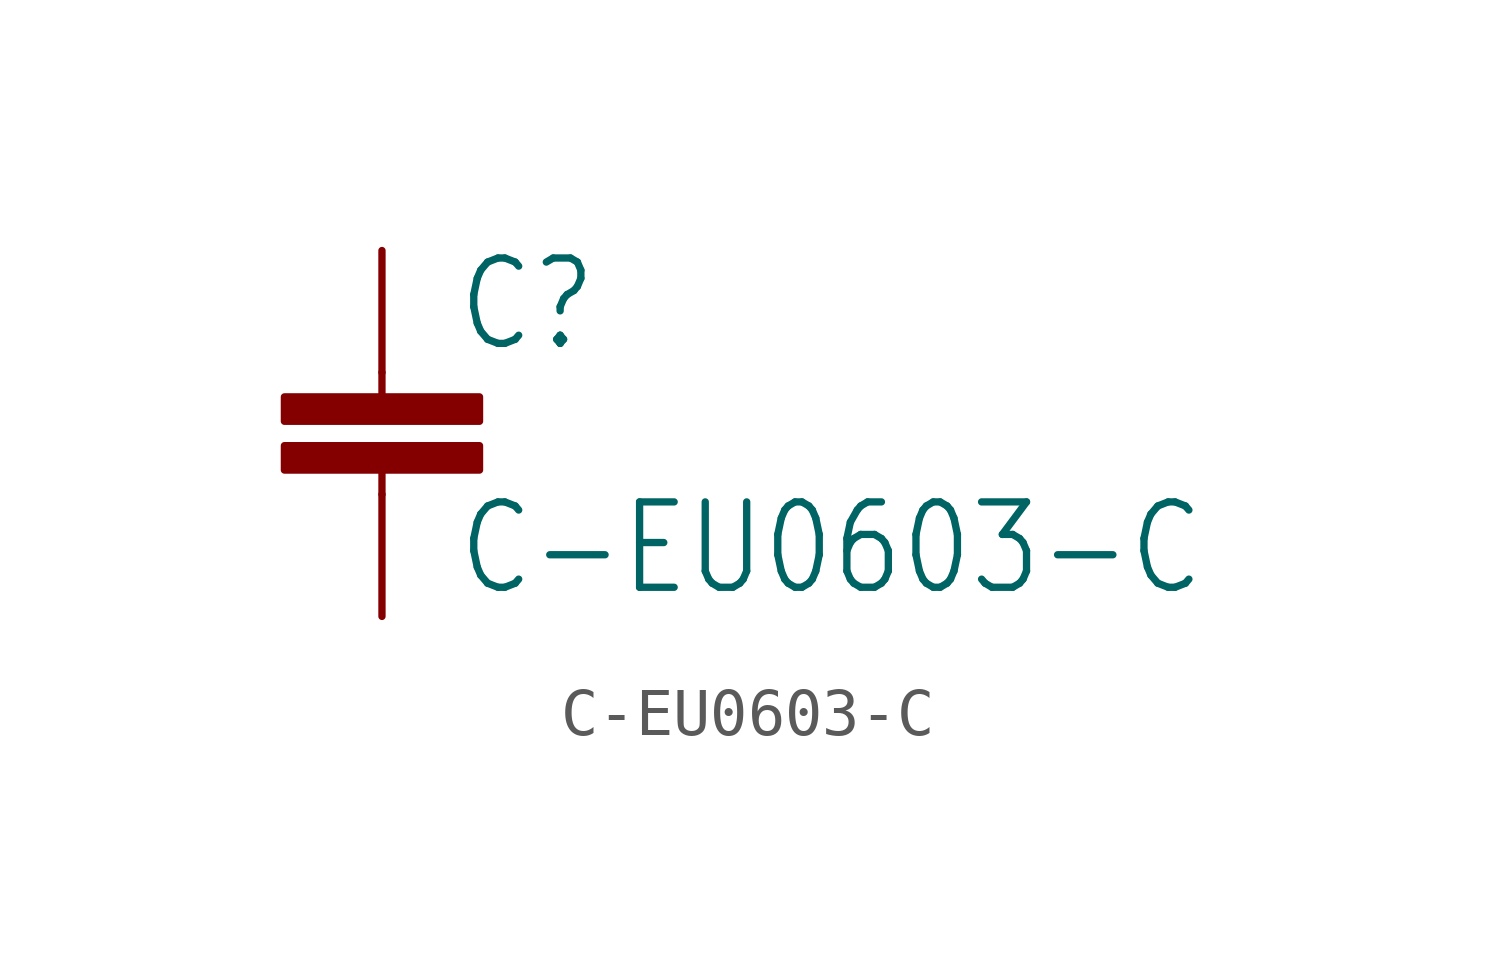
<source format=kicad_sym>
(kicad_symbol_lib
  (version 20211014)
  (generator kicad_symbol_editor)
  (symbol "C-EU0603-C"
    (property "Reference" "C"
      (at 1.524 0.381 0)
      (effects (font (size 1.778 1.511)) (justify left bottom)))
    (property "Value" "C-EU0603-C"
      (at 1.524 -4.699 0)
      (effects (font (size 1.778 1.511)) (justify left bottom)))
    (property "ki_locked" ""
      (at 0 0 0)
      (effects (font (size 1.27 1.27))))
    (symbol "C-EU0603-C_1_0"
      (rectangle (start -2.032 -2.032) (end 2.032 -1.524) (stroke (width 0) (type default) (color 0 0 0 0)) (fill (type outline)))
      (rectangle (start -2.032 -1.016) (end 2.032 -0.508) (stroke (width 0) (type default) (color 0 0 0 0)) (fill (type outline)))
      (polyline (pts (xy 0 -2.54) (xy 0 -2.032)) (stroke (width 0.152) (type default) (color 0 0 0 0)) (fill (type none)))
      (polyline (pts (xy 0 0) (xy 0 -0.508)) (stroke (width 0.152) (type default) (color 0 0 0 0)) (fill (type none)))
      (pin passive line (at 0 2.54 270) (length 2.54) (name "1" (effects (font (size 0 0)))) (number "1" (effects (font (size 0 0)))))
      (pin passive line (at 0 -5.08 90) (length 2.54) (name "2" (effects (font (size 0 0)))) (number "2" (effects (font (size 0 0))))))))
</source>
